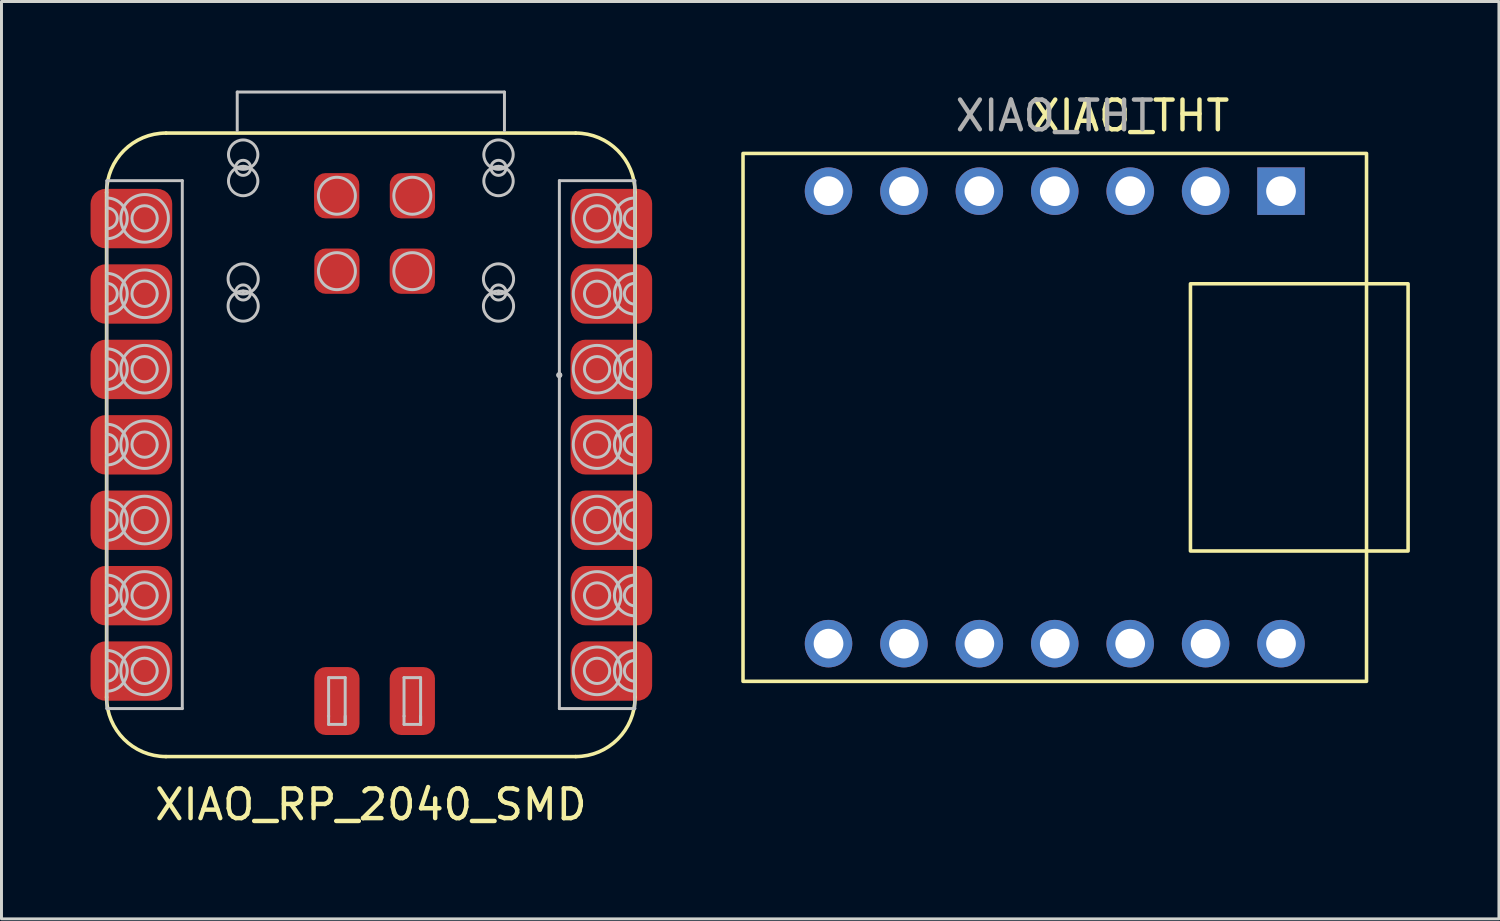
<source format=kicad_pcb>
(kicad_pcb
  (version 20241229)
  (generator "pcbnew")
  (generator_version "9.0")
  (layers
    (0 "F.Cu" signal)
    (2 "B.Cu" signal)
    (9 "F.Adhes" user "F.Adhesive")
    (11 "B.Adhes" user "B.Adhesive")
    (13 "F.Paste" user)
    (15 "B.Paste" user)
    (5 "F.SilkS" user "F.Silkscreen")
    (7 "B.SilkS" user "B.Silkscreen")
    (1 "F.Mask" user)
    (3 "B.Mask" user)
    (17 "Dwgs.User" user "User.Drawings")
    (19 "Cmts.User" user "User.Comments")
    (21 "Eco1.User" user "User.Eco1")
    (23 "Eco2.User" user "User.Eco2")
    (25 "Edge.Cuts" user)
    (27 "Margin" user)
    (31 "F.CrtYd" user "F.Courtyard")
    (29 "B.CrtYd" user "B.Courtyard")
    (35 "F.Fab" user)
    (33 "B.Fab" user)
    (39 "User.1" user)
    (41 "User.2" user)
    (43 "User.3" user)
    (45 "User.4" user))
  (footprint "XIAO_THT"
    (layer "F.Cu")
    (at 32.475 11.008)
    (property "Reference" "XIAO_THT" (at 2.54 -10.16 0) (unlocked yes) (layer "F.SilkS") (effects (font (size 1 1) (thickness 0.15))))
    (attr through_hole)
    (fp_rect (start -10.5 -8.89) (end 10.5 8.89) (stroke (width 0.12) (type solid)) (fill no) (layer "F.SilkS"))
    (fp_rect (start 4.57 -4.5) (end 11.9 4.5) (stroke (width 0.12) (type solid)) (fill no) (layer "F.SilkS"))
    (fp_text user "${REFERENCE}" (at 0 -10.16 0) (unlocked yes) (layer "F.Fab") (effects (font (size 1 1) (thickness 0.15))))
    (pad "1" thru_hole rect (at 7.62 -7.62) (size 1.6 1.6) (drill 1) (layers "*.Cu" "*.Mask"))
    (pad "2" thru_hole circle (at 5.08 -7.62) (size 1.6 1.6) (drill 1) (layers "*.Cu" "*.Mask"))
    (pad "3" thru_hole circle (at 2.54 -7.62) (size 1.6 1.6) (drill 1) (layers "*.Cu" "*.Mask"))
    (pad "4" thru_hole circle (at 0 -7.62) (size 1.6 1.6) (drill 1) (layers "*.Cu" "*.Mask"))
    (pad "5" thru_hole circle (at -2.54 -7.62) (size 1.6 1.6) (drill 1) (layers "*.Cu" "*.Mask"))
    (pad "6" thru_hole circle (at -5.08 -7.62) (size 1.6 1.6) (drill 1) (layers "*.Cu" "*.Mask"))
    (pad "7" thru_hole circle (at -7.62 -7.62) (size 1.6 1.6) (drill 1) (layers "*.Cu" "*.Mask"))
    (pad "8" thru_hole circle (at -7.62 7.62) (size 1.6 1.6) (drill 1) (layers "*.Cu" "*.Mask"))
    (pad "9" thru_hole circle (at -5.08 7.62) (size 1.6 1.6) (drill 1) (layers "*.Cu" "*.Mask"))
    (pad "10" thru_hole circle (at -2.54 7.62) (size 1.6 1.6) (drill 1) (layers "*.Cu" "*.Mask"))
    (pad "11" thru_hole circle (at 0 7.62) (size 1.6 1.6) (drill 1) (layers "*.Cu" "*.Mask"))
    (pad "12" thru_hole circle (at 2.54 7.62) (size 1.6 1.6) (drill 1) (layers "*.Cu" "*.Mask"))
    (pad "13" thru_hole circle (at 5.08 7.62) (size 1.6 1.6) (drill 1) (layers "*.Cu" "*.Mask"))
    (pad "14" thru_hole circle (at 7.62 7.62) (size 1.6 1.6) (drill 1) (layers "*.Cu" "*.Mask")))
  (footprint "XIAO_RP_2040_SMD"
    (layer "F.Cu")
    (at 9.44 13.05)
    (property "Reference" "XIAO_RP_2040_SMD" (at 0 11 0) (unlocked yes) (layer "F.SilkS") (effects (font (size 1 1) (thickness 0.15))))
    (attr smd)
    (fp_line (start -8.9 7.382) (end -8.9 -9.618) (stroke (width 0.12) (type default)) (layer "F.SilkS"))
    (fp_line (start -6.9 -11.618) (end 6.9 -11.618) (stroke (width 0.12) (type default)) (layer "F.SilkS"))
    (fp_line (start 6.9 9.382) (end -6.9 9.382) (stroke (width 0.12) (type default)) (layer "F.SilkS"))
    (fp_line (start 8.9 -9.618) (end 8.9 7.382) (stroke (width 0.12) (type default)) (layer "F.SilkS"))
    (fp_arc (start -8.9 -9.61822) (mid -8.314214 -11.032434) (end -6.9 -11.61822) (stroke (width 0.12) (type default)) (layer "F.SilkS"))
    (fp_arc (start -6.9 9.38178) (mid -8.314214 8.795994) (end -8.9 7.38178) (stroke (width 0.12) (type default)) (layer "F.SilkS"))
    (fp_arc (start 6.9 -11.61822) (mid 8.314214 -11.032434) (end 8.9 -9.61822) (stroke (width 0.12) (type default)) (layer "F.SilkS"))
    (fp_arc (start 8.9 7.38178) (mid 8.314214 8.795994) (end 6.9 9.38178) (stroke (width 0.12) (type default)) (layer "F.SilkS"))
    (fp_line (start -8.89 -10.015) (end -8.89 7.765) (stroke (width 0.1) (type default)) (layer "Dwgs.User"))
    (fp_line (start -8.89 -10.015) (end -6.35 -10.015) (stroke (width 0.1) (type default)) (layer "Dwgs.User"))
    (fp_line (start -6.35 -10.015) (end -6.35 7.765) (stroke (width 0.1) (type default)) (layer "Dwgs.User"))
    (fp_line (start -6.35 7.765) (end -8.89 7.765) (stroke (width 0.1) (type default)) (layer "Dwgs.User"))
    (fp_line (start -4.5 -13) (end -4.5 -11.7) (stroke (width 0.1) (type default)) (layer "Dwgs.User"))
    (fp_line (start -4.5 -13) (end 4.5 -13) (stroke (width 0.1) (type default)) (layer "Dwgs.User"))
    (fp_line (start -4.3 -10.498) (end -4.3 -10.447) (stroke (width 0.1) (type default)) (layer "Dwgs.User"))
    (fp_line (start -4.3 -6.299) (end -4.3 -6.249) (stroke (width 0.1) (type default)) (layer "Dwgs.User"))
    (fp_line (start -1.422 6.723) (end -1.422 8.298) (stroke (width 0.1) (type default)) (layer "Dwgs.User"))
    (fp_line (start -1.422 6.723) (end -0.864 6.723) (stroke (width 0.1) (type default)) (layer "Dwgs.User"))
    (fp_line (start -1.422 8.019) (end -1.42 8.019) (stroke (width 0.1) (type default)) (layer "Dwgs.User"))
    (fp_line (start -0.864 6.723) (end -0.864 8.298) (stroke (width 0.1) (type default)) (layer "Dwgs.User"))
    (fp_line (start -0.864 8.019) (end -0.864 8.298) (stroke (width 0.1) (type default)) (layer "Dwgs.User"))
    (fp_line (start -0.864 8.298) (end -1.422 8.298) (stroke (width 0.1) (type default)) (layer "Dwgs.User"))
    (fp_line (start 1.118 6.723) (end 1.676 6.723) (stroke (width 0.1) (type default)) (layer "Dwgs.User"))
    (fp_line (start 1.118 8.019) (end 1.12 8.019) (stroke (width 0.1) (type default)) (layer "Dwgs.User"))
    (fp_line (start 1.118 8.298) (end 1.118 6.723) (stroke (width 0.1) (type default)) (layer "Dwgs.User"))
    (fp_line (start 1.676 6.723) (end 1.676 8.298) (stroke (width 0.1) (type default)) (layer "Dwgs.User"))
    (fp_line (start 1.676 8.019) (end 1.676 8.298) (stroke (width 0.1) (type default)) (layer "Dwgs.User"))
    (fp_line (start 1.676 8.298) (end 1.118 8.298) (stroke (width 0.1) (type default)) (layer "Dwgs.User"))
    (fp_line (start 4.3 -10.498) (end 4.3 -10.447) (stroke (width 0.1) (type default)) (layer "Dwgs.User"))
    (fp_line (start 4.3 -6.299) (end 4.3 -6.249) (stroke (width 0.1) (type default)) (layer "Dwgs.User"))
    (fp_line (start 4.5 -13) (end 4.5 -11.7) (stroke (width 0.1) (type default)) (layer "Dwgs.User"))
    (fp_line (start 6.35 -10.015) (end 6.35 7.765) (stroke (width 0.1) (type default)) (layer "Dwgs.User"))
    (fp_line (start 8.89 7.765) (end 6.35 7.765) (stroke (width 0.1) (type default)) (layer "Dwgs.User"))
    (fp_line (start 8.89 -10.015) (end 6.35 -10.015) (stroke (width 0.1) (type default)) (layer "Dwgs.User"))
    (fp_line (start 8.89 -10.015) (end 8.89 7.765) (stroke (width 0.1) (type default)) (layer "Dwgs.User"))
    (fp_arc (start -8.89 -9.43128) (mid -8.2042 -8.74548) (end -8.89 -8.05968) (stroke (width 0.1) (type default)) (layer "Dwgs.User"))
    (fp_arc (start -8.89 -9.096) (mid -8.53948 -8.74548) (end -8.89 -8.39496) (stroke (width 0.1) (type default)) (layer "Dwgs.User"))
    (fp_arc (start -8.89 -6.89128) (mid -8.2042 -6.20548) (end -8.89 -5.51968) (stroke (width 0.1) (type default)) (layer "Dwgs.User"))
    (fp_arc (start -8.89 -6.556) (mid -8.53948 -6.20548) (end -8.89 -5.85496) (stroke (width 0.1) (type default)) (layer "Dwgs.User"))
    (fp_arc (start -8.89 -4.35128) (mid -8.2042 -3.66548) (end -8.89 -2.97968) (stroke (width 0.1) (type default)) (layer "Dwgs.User"))
    (fp_arc (start -8.89 -4.016) (mid -8.53948 -3.66548) (end -8.89 -3.31496) (stroke (width 0.1) (type default)) (layer "Dwgs.User"))
    (fp_arc (start -8.89 -1.81128) (mid -8.2042 -1.12548) (end -8.89 -0.43968) (stroke (width 0.1) (type default)) (layer "Dwgs.User"))
    (fp_arc (start -8.89 -1.476) (mid -8.53948 -1.12548) (end -8.89 -0.77496) (stroke (width 0.1) (type default)) (layer "Dwgs.User"))
    (fp_arc (start -8.89 0.72872) (mid -8.2042 1.41452) (end -8.89 2.10032) (stroke (width 0.1) (type default)) (layer "Dwgs.User"))
    (fp_arc (start -8.89 1.064) (mid -8.53948 1.41452) (end -8.89 1.76504) (stroke (width 0.1) (type default)) (layer "Dwgs.User"))
    (fp_arc (start -8.89 3.26872) (mid -8.2042 3.95452) (end -8.89 4.64032) (stroke (width 0.1) (type default)) (layer "Dwgs.User"))
    (fp_arc (start -8.89 3.604) (mid -8.53948 3.95452) (end -8.89 4.30504) (stroke (width 0.1) (type default)) (layer "Dwgs.User"))
    (fp_arc (start -8.89 5.80872) (mid -8.2042 6.49452) (end -8.89 7.18032) (stroke (width 0.1) (type default)) (layer "Dwgs.User"))
    (fp_arc (start -8.89 6.144) (mid -8.53948 6.49452) (end -8.89 6.84504) (stroke (width 0.1) (type default)) (layer "Dwgs.User"))
    (fp_arc (start 8.89 -8.39496) (mid 8.53948 -8.74548) (end 8.89 -9.096) (stroke (width 0.1) (type default)) (layer "Dwgs.User"))
    (fp_arc (start 8.89 -8.05968) (mid 8.2042 -8.74548) (end 8.89 -9.43128) (stroke (width 0.1) (type default)) (layer "Dwgs.User"))
    (fp_arc (start 8.89 -5.85496) (mid 8.53948 -6.20548) (end 8.89 -6.556) (stroke (width 0.1) (type default)) (layer "Dwgs.User"))
    (fp_arc (start 8.89 -5.51968) (mid 8.2042 -6.20548) (end 8.89 -6.89128) (stroke (width 0.1) (type default)) (layer "Dwgs.User"))
    (fp_arc (start 8.89 -3.31496) (mid 8.53948 -3.66548) (end 8.89 -4.016) (stroke (width 0.1) (type default)) (layer "Dwgs.User"))
    (fp_arc (start 8.89 -2.97968) (mid 8.2042 -3.66548) (end 8.89 -4.35128) (stroke (width 0.1) (type default)) (layer "Dwgs.User"))
    (fp_arc (start 8.89 -0.77496) (mid 8.53948 -1.12548) (end 8.89 -1.476) (stroke (width 0.1) (type default)) (layer "Dwgs.User"))
    (fp_arc (start 8.89 -0.43968) (mid 8.2042 -1.12548) (end 8.89 -1.81128) (stroke (width 0.1) (type default)) (layer "Dwgs.User"))
    (fp_arc (start 8.89 1.76504) (mid 8.53948 1.41452) (end 8.89 1.064) (stroke (width 0.1) (type default)) (layer "Dwgs.User"))
    (fp_arc (start 8.89 2.10032) (mid 8.2042 1.41452) (end 8.89 0.72872) (stroke (width 0.1) (type default)) (layer "Dwgs.User"))
    (fp_arc (start 8.89 4.30504) (mid 8.53948 3.95452) (end 8.89 3.604) (stroke (width 0.1) (type default)) (layer "Dwgs.User"))
    (fp_arc (start 8.89 4.64032) (mid 8.2042 3.95452) (end 8.89 3.26872) (stroke (width 0.1) (type default)) (layer "Dwgs.User"))
    (fp_arc (start 8.89 6.84504) (mid 8.53948 6.49452) (end 8.89 6.144) (stroke (width 0.1) (type default)) (layer "Dwgs.User"))
    (fp_arc (start 8.89 7.18032) (mid 8.2042 6.49452) (end 8.89 5.80872) (stroke (width 0.1) (type default)) (layer "Dwgs.User"))
    (fp_circle (center -7.62 -8.745) (end -7.62 -9.547) (stroke (width 0.1) (type default)) (fill no) (layer "Dwgs.User"))
    (fp_circle (center -7.62 -8.745) (end -7.62 -9.171) (stroke (width 0.1) (type default)) (fill no) (layer "Dwgs.User"))
    (fp_circle (center -7.62 -6.205) (end -7.62 -7.007) (stroke (width 0.1) (type default)) (fill no) (layer "Dwgs.User"))
    (fp_circle (center -7.62 -6.205) (end -7.62 -6.631) (stroke (width 0.1) (type default)) (fill no) (layer "Dwgs.User"))
    (fp_circle (center -7.62 -3.665) (end -7.62 -4.467) (stroke (width 0.1) (type default)) (fill no) (layer "Dwgs.User"))
    (fp_circle (center -7.62 -3.665) (end -7.62 -4.091) (stroke (width 0.1) (type default)) (fill no) (layer "Dwgs.User"))
    (fp_circle (center -7.62 -1.125) (end -7.62 -1.927) (stroke (width 0.1) (type default)) (fill no) (layer "Dwgs.User"))
    (fp_circle (center -7.62 -1.125) (end -7.62 -1.551) (stroke (width 0.1) (type default)) (fill no) (layer "Dwgs.User"))
    (fp_circle (center -7.62 1.415) (end -7.62 0.613) (stroke (width 0.1) (type default)) (fill no) (layer "Dwgs.User"))
    (fp_circle (center -7.62 1.415) (end -7.62 0.989) (stroke (width 0.1) (type default)) (fill no) (layer "Dwgs.User"))
    (fp_circle (center -7.62 3.955) (end -7.62 3.153) (stroke (width 0.1) (type default)) (fill no) (layer "Dwgs.User"))
    (fp_circle (center -7.62 3.955) (end -7.62 3.529) (stroke (width 0.1) (type default)) (fill no) (layer "Dwgs.User"))
    (fp_circle (center -7.62 6.495) (end -7.62 5.693) (stroke (width 0.1) (type default)) (fill no) (layer "Dwgs.User"))
    (fp_circle (center -7.62 6.495) (end -7.62 6.069) (stroke (width 0.1) (type default)) (fill no) (layer "Dwgs.User"))
    (fp_circle (center -4.3 -10.892) (end -4.3 -11.387) (stroke (width 0.1) (type default)) (fill no) (layer "Dwgs.User"))
    (fp_circle (center -4.3 -10.447) (end -4.3 -10.701) (stroke (width 0.1) (type default)) (fill no) (layer "Dwgs.User"))
    (fp_circle (center -4.3 -10.003) (end -4.3 -10.498) (stroke (width 0.1) (type default)) (fill no) (layer "Dwgs.User"))
    (fp_circle (center -4.3 -6.706) (end -4.3 -7.214) (stroke (width 0.1) (type default)) (fill no) (layer "Dwgs.User"))
    (fp_circle (center -4.3 -6.249) (end -4.3 -6.503) (stroke (width 0.1) (type default)) (fill no) (layer "Dwgs.User"))
    (fp_circle (center -4.3 -5.791) (end -4.3 -6.299) (stroke (width 0.1) (type default)) (fill no) (layer "Dwgs.User"))
    (fp_circle (center -1.143 -9.507) (end -1.143 -10.13) (stroke (width 0.1) (type default)) (fill no) (layer "Dwgs.User"))
    (fp_circle (center -1.143 -6.967) (end -1.143 -7.59) (stroke (width 0.1) (type default)) (fill no) (layer "Dwgs.User"))
    (fp_circle (center 1.397 -9.507) (end 1.397 -10.13) (stroke (width 0.1) (type default)) (fill no) (layer "Dwgs.User"))
    (fp_circle (center 1.397 -6.967) (end 1.397 -7.59) (stroke (width 0.1) (type default)) (fill no) (layer "Dwgs.User"))
    (fp_circle (center 4.3 -10.892) (end 4.3 -11.387) (stroke (width 0.1) (type default)) (fill no) (layer "Dwgs.User"))
    (fp_circle (center 4.3 -10.447) (end 4.3 -10.701) (stroke (width 0.1) (type default)) (fill no) (layer "Dwgs.User"))
    (fp_circle (center 4.3 -10.003) (end 4.3 -10.498) (stroke (width 0.1) (type default)) (fill no) (layer "Dwgs.User"))
    (fp_circle (center 4.3 -6.706) (end 4.3 -7.214) (stroke (width 0.1) (type default)) (fill no) (layer "Dwgs.User"))
    (fp_circle (center 4.3 -6.249) (end 4.3 -6.503) (stroke (width 0.1) (type default)) (fill no) (layer "Dwgs.User"))
    (fp_circle (center 4.3 -5.791) (end 4.3 -6.299) (stroke (width 0.1) (type default)) (fill no) (layer "Dwgs.User"))
    (fp_circle (center 6.347 -3.467) (end 6.347 -3.467) (stroke (width 0.1) (type default)) (fill no) (layer "Dwgs.User"))
    (fp_circle (center 6.347 -3.467) (end 6.347 -3.467) (stroke (width 0.1) (type default)) (fill no) (layer "Dwgs.User"))
    (fp_circle (center 7.62 -8.745) (end 7.62 -9.547) (stroke (width 0.1) (type default)) (fill no) (layer "Dwgs.User"))
    (fp_circle (center 7.62 -8.745) (end 7.62 -9.171) (stroke (width 0.1) (type default)) (fill no) (layer "Dwgs.User"))
    (fp_circle (center 7.62 -6.205) (end 7.62 -7.007) (stroke (width 0.1) (type default)) (fill no) (layer "Dwgs.User"))
    (fp_circle (center 7.62 -6.205) (end 7.62 -6.631) (stroke (width 0.1) (type default)) (fill no) (layer "Dwgs.User"))
    (fp_circle (center 7.62 -3.665) (end 7.62 -4.467) (stroke (width 0.1) (type default)) (fill no) (layer "Dwgs.User"))
    (fp_circle (center 7.62 -3.665) (end 7.62 -4.091) (stroke (width 0.1) (type default)) (fill no) (layer "Dwgs.User"))
    (fp_circle (center 7.62 -1.125) (end 7.62 -1.927) (stroke (width 0.1) (type default)) (fill no) (layer "Dwgs.User"))
    (fp_circle (center 7.62 -1.125) (end 7.62 -1.551) (stroke (width 0.1) (type default)) (fill no) (layer "Dwgs.User"))
    (fp_circle (center 7.62 1.415) (end 7.62 0.613) (stroke (width 0.1) (type default)) (fill no) (layer "Dwgs.User"))
    (fp_circle (center 7.62 1.415) (end 7.62 0.989) (stroke (width 0.1) (type default)) (fill no) (layer "Dwgs.User"))
    (fp_circle (center 7.62 3.955) (end 7.62 3.153) (stroke (width 0.1) (type default)) (fill no) (layer "Dwgs.User"))
    (fp_circle (center 7.62 3.955) (end 7.62 3.529) (stroke (width 0.1) (type default)) (fill no) (layer "Dwgs.User"))
    (fp_circle (center 7.62 6.495) (end 7.62 5.693) (stroke (width 0.1) (type default)) (fill no) (layer "Dwgs.User"))
    (fp_circle (center 7.62 6.495) (end 7.62 6.069) (stroke (width 0.1) (type default)) (fill no) (layer "Dwgs.User"))
    (pad "1" smd roundrect (at -8.065 -8.738) (size 2.75 2) (layers "F.Cu" "F.Mask" "F.Paste") (roundrect_rratio 0.25))
    (pad "2" smd roundrect (at -8.065 -6.198) (size 2.75 2) (layers "F.Cu" "F.Mask" "F.Paste") (roundrect_rratio 0.25))
    (pad "3" smd roundrect (at -8.065 -3.658) (size 2.75 2) (layers "F.Cu" "F.Mask" "F.Paste") (roundrect_rratio 0.25))
    (pad "4" smd roundrect (at -8.065 -1.118) (size 2.75 2) (layers "F.Cu" "F.Mask" "F.Paste") (roundrect_rratio 0.25))
    (pad "5" smd roundrect (at -8.065 1.422) (size 2.75 2) (layers "F.Cu" "F.Mask" "F.Paste") (roundrect_rratio 0.25))
    (pad "6" smd roundrect (at -8.065 3.962) (size 2.75 2) (layers "F.Cu" "F.Mask" "F.Paste") (roundrect_rratio 0.25))
    (pad "7" smd roundrect (at -8.065 6.502) (size 2.75 2) (layers "F.Cu" "F.Mask" "F.Paste") (roundrect_rratio 0.25))
    (pad "8" smd roundrect (at 8.1 6.502) (size 2.75 2) (layers "F.Cu" "F.Mask" "F.Paste") (roundrect_rratio 0.25))
    (pad "9" smd roundrect (at 8.1 3.962) (size 2.75 2) (layers "F.Cu" "F.Mask" "F.Paste") (roundrect_rratio 0.25))
    (pad "10" smd roundrect (at 8.1 1.422) (size 2.75 2) (layers "F.Cu" "F.Mask" "F.Paste") (roundrect_rratio 0.25))
    (pad "11" smd roundrect (at 8.1 -1.118) (size 2.75 2) (layers "F.Cu" "F.Mask" "F.Paste") (roundrect_rratio 0.25))
    (pad "12" smd roundrect (at 8.1 -3.658) (size 2.75 2) (layers "F.Cu" "F.Mask" "F.Paste") (roundrect_rratio 0.25))
    (pad "13" smd roundrect (at 8.1 -6.198) (size 2.75 2) (layers "F.Cu" "F.Mask" "F.Paste") (roundrect_rratio 0.25))
    (pad "14" smd roundrect (at 8.1 -8.738) (size 2.75 2) (layers "F.Cu" "F.Mask" "F.Paste") (roundrect_rratio 0.25))
    (pad "15" smd roundrect (at -1.15 -9.507 90) (size 1.524 1.524) (layers "F.Cu" "F.Mask" "F.Paste") (roundrect_rratio 0.25))
    (pad "16" smd roundrect (at 1.4 -9.507 90) (size 1.524 1.524) (layers "F.Cu" "F.Mask" "F.Paste") (roundrect_rratio 0.25))
    (pad "17" smd roundrect (at -1.143 -6.967 90) (size 1.524 1.524) (layers "F.Cu" "F.Mask" "F.Paste") (roundrect_rratio 0.25))
    (pad "18" smd roundrect (at 1.397 -6.967 90) (size 1.524 1.524) (layers "F.Cu" "F.Mask" "F.Paste") (roundrect_rratio 0.25))
    (pad "19" smd roundrect (at -1.143 7.511 90) (size 2.286 1.524) (layers "F.Cu" "F.Mask" "F.Paste") (roundrect_rratio 0.25))
    (pad "20" smd roundrect (at 1.397 7.511 90) (size 2.286 1.524) (layers "F.Cu" "F.Mask" "F.Paste") (roundrect_rratio 0.25))
    (zone (net_name "") (layer "F.Cu") (hatch edge 0.5) (connect_pads) (min_thickness 0.25) (filled_areas_thickness no) (keepout (tracks not_allowed) (vias not_allowed) (pads not_allowed) (copperpour not_allowed) (footprints allowed)) (placement (enabled no)) (fill) (polygon (pts (xy 4.44 1.45) (xy 5.84 1.45) (xy 5.84 3.75) (xy 4.44 3.75))))
    (zone (net_name "") (layer "F.Cu") (hatch edge 0.5) (connect_pads) (min_thickness 0.25) (filled_areas_thickness no) (keepout (tracks not_allowed) (vias not_allowed) (pads not_allowed) (copperpour not_allowed) (footprints allowed)) (placement (enabled no)) (fill) (polygon (pts (xy 4.44 5.65) (xy 5.84 5.65) (xy 5.84 7.95) (xy 4.44 7.95))))
    (zone (net_name "") (layer "F.Cu") (hatch edge 0.5) (connect_pads) (min_thickness 0.25) (filled_areas_thickness no) (keepout (tracks not_allowed) (vias not_allowed) (pads not_allowed) (copperpour not_allowed) (footprints allowed)) (placement (enabled no)) (fill) (polygon (pts (xy 13.04 1.45) (xy 14.44 1.45) (xy 14.44 3.75) (xy 13.04 3.75))))
    (zone (net_name "") (layer "F.Cu") (hatch edge 0.5) (connect_pads) (min_thickness 0.25) (filled_areas_thickness no) (keepout (tracks not_allowed) (vias not_allowed) (pads not_allowed) (copperpour not_allowed) (footprints allowed)) (placement (enabled no)) (fill) (polygon (pts (xy 13.04 5.65) (xy 14.44 5.65) (xy 14.44 7.95) (xy 13.04 7.95)))))
  (gr_rect
    (start -3 -3)
    (end 47.435 27.898)
    (stroke (width 0.1) (type default))
    (fill no)
    (layer "Edge.Cuts")))
</source>
